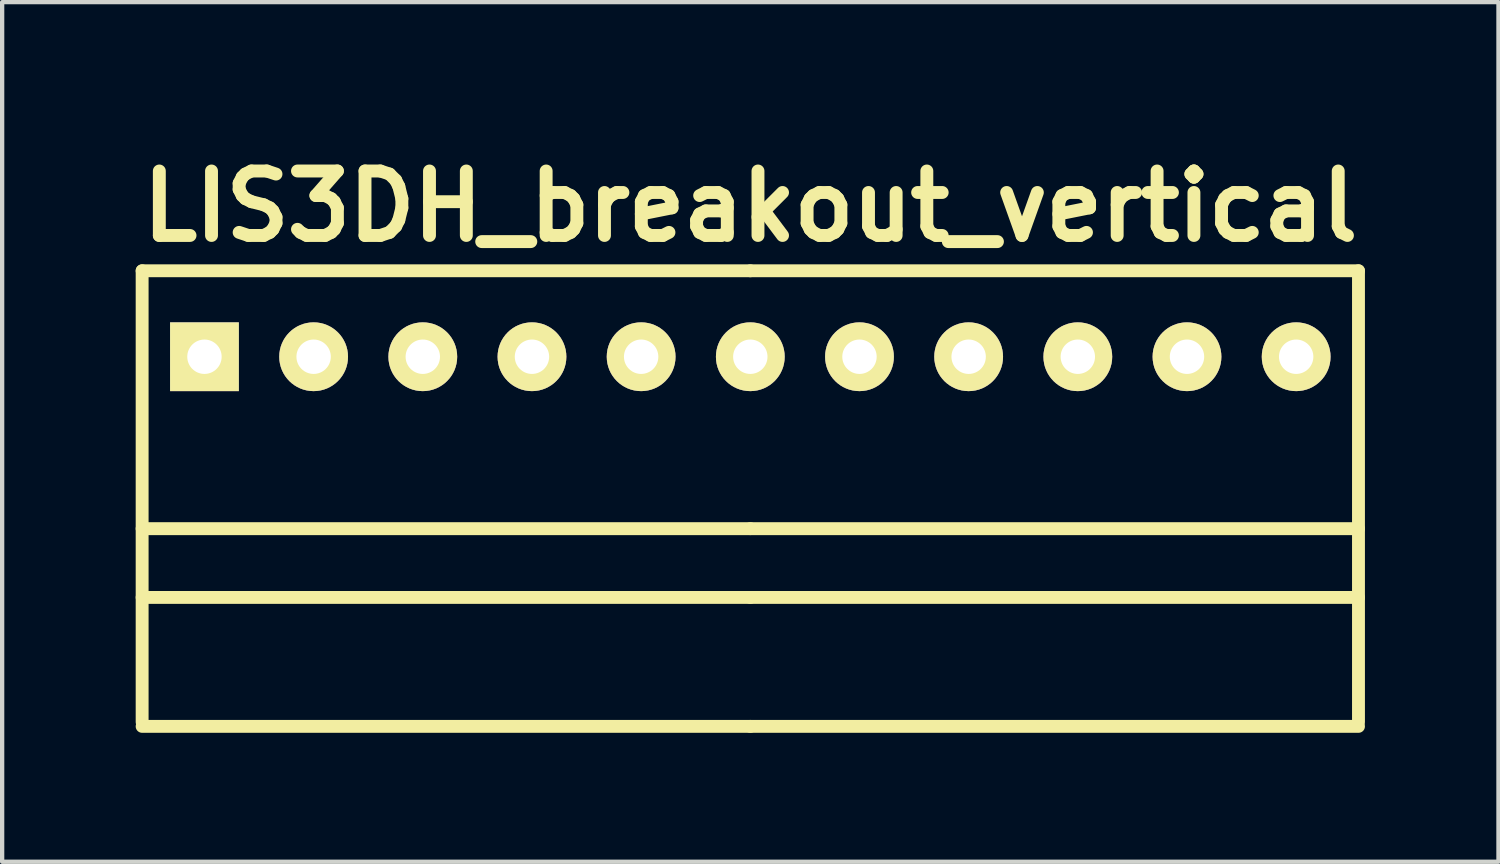
<source format=kicad_pcb>
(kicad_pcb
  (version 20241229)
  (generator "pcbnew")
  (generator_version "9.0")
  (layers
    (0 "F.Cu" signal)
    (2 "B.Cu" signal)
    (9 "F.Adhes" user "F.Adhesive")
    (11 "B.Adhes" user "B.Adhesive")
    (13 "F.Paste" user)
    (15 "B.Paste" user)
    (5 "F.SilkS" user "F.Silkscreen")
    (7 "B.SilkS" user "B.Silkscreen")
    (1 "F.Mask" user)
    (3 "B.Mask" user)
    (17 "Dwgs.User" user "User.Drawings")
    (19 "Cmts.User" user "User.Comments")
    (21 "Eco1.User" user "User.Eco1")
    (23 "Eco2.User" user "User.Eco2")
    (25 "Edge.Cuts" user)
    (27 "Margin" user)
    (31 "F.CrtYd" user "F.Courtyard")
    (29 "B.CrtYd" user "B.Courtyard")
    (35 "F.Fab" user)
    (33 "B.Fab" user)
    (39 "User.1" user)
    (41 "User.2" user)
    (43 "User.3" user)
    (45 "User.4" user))
  (footprint "LIS3DH_breakout_vertical"
    (layer "F.Cu")
    (at 14.407 0.25)
    (property "Reference" "LIS3DH_breakout_vertical" (at 0 1.5 0) (layer "F.SilkS") (effects (font (size 1.5 1.5) (thickness 0.3))))
    (attr through_hole)
    (fp_line (start -14.15 3) (end -14.15 13.5) (stroke (width 0.3) (type solid)) (layer "F.SilkS"))
    (fp_line (start -14.15 9) (end 0 9) (stroke (width 0.3) (type solid)) (layer "F.SilkS"))
    (fp_line (start 0 3) (end -14.15 3) (stroke (width 0.3) (type solid)) (layer "F.SilkS"))
    (fp_line (start 0 9) (end 14.15 9) (stroke (width 0.3) (type solid)) (layer "F.SilkS"))
    (fp_line (start 0 10.6) (end -14.15 10.6) (stroke (width 0.3) (type solid)) (layer "F.SilkS"))
    (fp_line (start 0 10.6) (end 14.15 10.6) (stroke (width 0.3) (type solid)) (layer "F.SilkS"))
    (fp_line (start 0 13.6) (end -14.15 13.6) (stroke (width 0.3) (type solid)) (layer "F.SilkS"))
    (fp_line (start 0 13.6) (end 14.15 13.6) (stroke (width 0.3) (type solid)) (layer "F.SilkS"))
    (fp_line (start 14.15 3) (end 0 3) (stroke (width 0.3) (type solid)) (layer "F.SilkS"))
    (fp_line (start 14.15 3) (end 14.15 13.5) (stroke (width 0.3) (type solid)) (layer "F.SilkS"))
    (pad "1" thru_hole rect (at -12.7 5) (size 1.6 1.6) (drill 0.8) (layers "*.Cu" "*.Mask" "F.SilkS"))
    (pad "2" thru_hole circle (at -10.16 5) (size 1.6 1.6) (drill 0.8) (layers "*.Cu" "*.Mask" "F.SilkS"))
    (pad "3" thru_hole circle (at -7.62 5) (size 1.6 1.6) (drill 0.8) (layers "*.Cu" "*.Mask" "F.SilkS"))
    (pad "4" thru_hole circle (at -5.08 5) (size 1.6 1.6) (drill 0.8) (layers "*.Cu" "*.Mask" "F.SilkS"))
    (pad "5" thru_hole circle (at -2.54 5) (size 1.6 1.6) (drill 0.8) (layers "*.Cu" "*.Mask" "F.SilkS"))
    (pad "6" thru_hole circle (at 0 5) (size 1.6 1.6) (drill 0.8) (layers "*.Cu" "*.Mask" "F.SilkS"))
    (pad "7" thru_hole circle (at 2.54 5) (size 1.6 1.6) (drill 0.8) (layers "*.Cu" "*.Mask" "F.SilkS"))
    (pad "8" thru_hole circle (at 5.08 5) (size 1.6 1.6) (drill 0.8) (layers "*.Cu" "*.Mask" "F.SilkS"))
    (pad "9" thru_hole circle (at 7.62 5) (size 1.6 1.6) (drill 0.8) (layers "*.Cu" "*.Mask" "F.SilkS"))
    (pad "10" thru_hole circle (at 10.16 5) (size 1.6 1.6) (drill 0.8) (layers "*.Cu" "*.Mask" "F.SilkS"))
    (pad "11" thru_hole circle (at 12.7 5) (size 1.6 1.6) (drill 0.8) (layers "*.Cu" "*.Mask" "F.SilkS")))
  (gr_rect
    (start -3 -3)
    (end 31.814 17)
    (stroke (width 0.1) (type default))
    (fill no)
    (layer "Edge.Cuts")))
</source>
